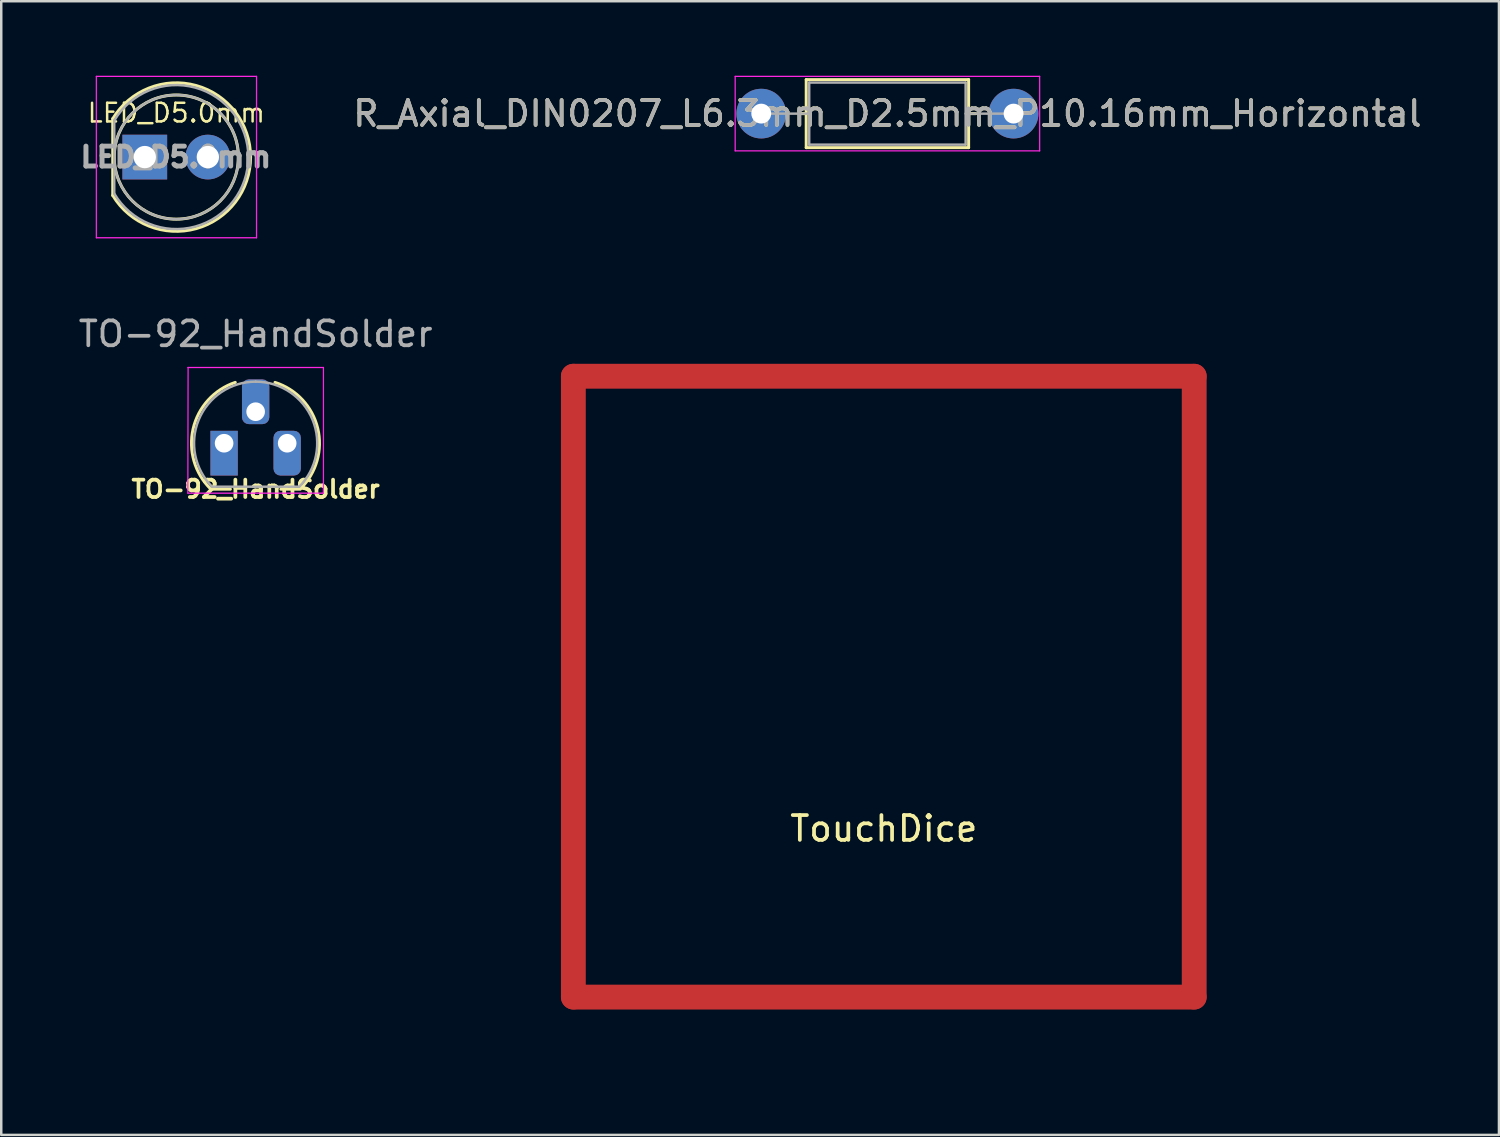
<source format=kicad_pcb>
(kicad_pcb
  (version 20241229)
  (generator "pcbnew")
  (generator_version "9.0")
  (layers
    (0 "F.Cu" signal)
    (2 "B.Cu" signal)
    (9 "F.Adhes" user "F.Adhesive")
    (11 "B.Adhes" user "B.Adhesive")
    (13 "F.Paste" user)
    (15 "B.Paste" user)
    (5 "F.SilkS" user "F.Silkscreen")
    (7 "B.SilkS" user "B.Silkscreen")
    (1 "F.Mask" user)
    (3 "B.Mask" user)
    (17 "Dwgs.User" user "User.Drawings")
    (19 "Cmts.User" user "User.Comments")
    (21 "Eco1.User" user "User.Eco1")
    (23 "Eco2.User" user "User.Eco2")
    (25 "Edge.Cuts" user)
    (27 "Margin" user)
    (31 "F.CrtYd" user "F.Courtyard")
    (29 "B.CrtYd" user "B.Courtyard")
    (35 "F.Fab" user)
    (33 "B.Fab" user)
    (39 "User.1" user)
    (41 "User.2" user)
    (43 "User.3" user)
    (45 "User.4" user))
  (footprint "TouchDice"
    (layer "F.Cu")
    (at 32.538 24.6)
    (property "Reference" "TouchDice" (at 0 5.715 0) (layer "F.SilkS") (effects (font (size 1 1) (thickness 0.15))))
    (attr through_hole)
    (fp_line (start -12.5 -12.5) (end -12.5 12.5) (stroke (width 1) (type solid)) (layer "F.Cu"))
    (fp_line (start -12.5 12.5) (end 12.5 12.5) (stroke (width 1) (type solid)) (layer "F.Cu"))
    (fp_line (start 12.5 -12.5) (end -12.5 -12.5) (stroke (width 1) (type solid)) (layer "F.Cu"))
    (fp_line (start 12.5 12.5) (end 12.5 -12.5) (stroke (width 1) (type solid)) (layer "F.Cu"))
    (fp_poly (pts (xy 15 15) (xy -15 15) (xy -15 -15) (xy 15 -15)) (stroke (width 0.1) (type solid)) (fill yes) (layer "F.Mask"))
    (pad "" smd circle (at -7.5 -7.5) (size 5 5) (layers "F.Mask"))
    (pad "" smd circle (at -7.5 0) (size 5 5) (layers "F.Mask"))
    (pad "" smd circle (at -7.5 7.5) (size 5 5) (layers "F.Mask"))
    (pad "" smd circle (at 7.5 -7.5) (size 5 5) (layers "F.Mask"))
    (pad "" smd circle (at 7.5 0) (size 5 5) (layers "F.Mask"))
    (pad "" smd circle (at 7.5 7.5) (size 5 5) (layers "F.Mask")))
  (footprint "R_Axial_DIN0207_L6.3mm_D2.5mm_P10.16mm_Horizontal"
    (layer "F.Cu")
    (at 27.604 1.525)
    (property "Reference" "R_Axial_DIN0207_L6.3mm_D2.5mm_P10.16mm_Horizontal" (at 5.08 0 0) (layer "F.SilkS") (effects (font (size 1 1) (thickness 0.15))))
    (attr through_hole)
    (fp_line (start 1.524 0) (end 1.81 0) (stroke (width 0.12) (type solid)) (layer "F.SilkS"))
    (fp_line (start 1.81 -1.37) (end 1.81 1.37) (stroke (width 0.12) (type solid)) (layer "F.SilkS"))
    (fp_line (start 1.81 1.37) (end 8.35 1.37) (stroke (width 0.12) (type solid)) (layer "F.SilkS"))
    (fp_line (start 8.35 -1.37) (end 1.81 -1.37) (stroke (width 0.12) (type solid)) (layer "F.SilkS"))
    (fp_line (start 8.35 1.37) (end 8.35 -1.37) (stroke (width 0.12) (type solid)) (layer "F.SilkS"))
    (fp_line (start 8.636 0) (end 8.35 0) (stroke (width 0.12) (type solid)) (layer "F.SilkS"))
    (fp_line (start -1.05 -1.5) (end -1.05 1.5) (stroke (width 0.05) (type solid)) (layer "F.CrtYd"))
    (fp_line (start -1.05 1.5) (end 11.21 1.5) (stroke (width 0.05) (type solid)) (layer "F.CrtYd"))
    (fp_line (start 11.21 -1.5) (end -1.05 -1.5) (stroke (width 0.05) (type solid)) (layer "F.CrtYd"))
    (fp_line (start 11.21 1.5) (end 11.21 -1.5) (stroke (width 0.05) (type solid)) (layer "F.CrtYd"))
    (fp_line (start 0 0) (end 1.93 0) (stroke (width 0.1) (type solid)) (layer "F.Fab"))
    (fp_line (start 1.93 -1.25) (end 1.93 1.25) (stroke (width 0.1) (type solid)) (layer "F.Fab"))
    (fp_line (start 1.93 1.25) (end 8.23 1.25) (stroke (width 0.1) (type solid)) (layer "F.Fab"))
    (fp_line (start 8.23 -1.25) (end 1.93 -1.25) (stroke (width 0.1) (type solid)) (layer "F.Fab"))
    (fp_line (start 8.23 1.25) (end 8.23 -1.25) (stroke (width 0.1) (type solid)) (layer "F.Fab"))
    (fp_line (start 10.16 0) (end 8.23 0) (stroke (width 0.1) (type solid)) (layer "F.Fab"))
    (fp_text user "${REFERENCE}" (at 5.08 0 0) (layer "F.Fab") (effects (font (size 1 1) (thickness 0.15))))
    (pad "1" thru_hole circle (at 0 0) (size 2 2) (drill 0.8) (layers "*.Cu" "*.Mask"))
    (pad "2" thru_hole circle (at 10.16 0) (size 2 2) (drill 0.8) (layers "*.Cu" "*.Mask")))
  (footprint "TO-92_HandSolder"
    (layer "F.Cu")
    (at 5.974 14.798)
    (property "Reference" "TO-92_HandSolder" (at 1.27 1.85 0) (layer "F.SilkS") (effects (font (size 0.7 0.7) (thickness 0.15))))
    (attr through_hole)
    (fp_line (start -0.53 1.85) (end 0.254 1.85) (stroke (width 0.12) (type solid)) (layer "F.SilkS"))
    (fp_line (start 2.286 1.85) (end 3.07 1.85) (stroke (width 0.12) (type solid)) (layer "F.SilkS"))
    (fp_arc (start -0.541875 1.841741) (mid -1.247231 -0.581764) (end 0.45 -2.45) (stroke (width 0.12) (type solid)) (layer "F.SilkS"))
    (fp_arc (start 2.05 -2.45) (mid 3.769931 -0.601036) (end 3.078445 1.827684) (stroke (width 0.12) (type solid)) (layer "F.SilkS"))
    (fp_line (start -1.46 -3.05) (end 4 -3.05) (stroke (width 0.05) (type solid)) (layer "F.CrtYd"))
    (fp_line (start -1.45 -3.05) (end -1.46 2.01) (stroke (width 0.05) (type solid)) (layer "F.CrtYd"))
    (fp_line (start 4 2.01) (end -1.46 2.01) (stroke (width 0.05) (type solid)) (layer "F.CrtYd"))
    (fp_line (start 4 2.01) (end 4 -3.05) (stroke (width 0.05) (type solid)) (layer "F.CrtYd"))
    (fp_line (start -0.5 1.75) (end 3 1.75) (stroke (width 0.1) (type solid)) (layer "F.Fab"))
    (fp_arc (start -0.483625 1.753625) (mid -1.021221 -0.949055) (end 1.27 -2.48) (stroke (width 0.1) (type solid)) (layer "F.Fab"))
    (fp_arc (start 1.27 -2.48) (mid 3.561221 -0.949055) (end 3.023625 1.753625) (stroke (width 0.1) (type solid)) (layer "F.Fab"))
    (fp_text user "${REFERENCE}" (at 1.27 -4.4 0) (layer "F.Fab") (effects (font (size 1 1) (thickness 0.15))))
    (pad "1" thru_hole rect (at 0 0) (size 1.1 1.8) (drill 0.75 (offset 0 0.4)) (layers "*.Cu" "*.Mask"))
    (pad "2" thru_hole roundrect (at 1.27 -1.27) (size 1.1 1.8) (drill 0.75 (offset 0 -0.4)) (layers "*.Cu" "*.Mask") (roundrect_rratio 0.25))
    (pad "3" thru_hole roundrect (at 2.54 0) (size 1.1 1.8) (drill 0.75 (offset 0 0.4)) (layers "*.Cu" "*.Mask") (roundrect_rratio 0.25)))
  (footprint "LED_D5.0mm"
    (layer "F.Cu")
    (at 2.78 3.275)
    (property "Reference" "LED_D5.0mm" (at 1.27 -1.778 0) (layer "F.SilkS") (effects (font (size 0.75 0.75) (thickness 0.1))))
    (attr through_hole)
    (fp_line (start -1.29 -1.545) (end -1.29 1.545) (stroke (width 0.12) (type solid)) (layer "F.SilkS"))
    (fp_arc (start -1.29 -1.54483) (mid 2.072002 -2.880433) (end 4.26 0.000462) (stroke (width 0.12) (type solid)) (layer "F.SilkS"))
    (fp_arc (start 4.26 -0.000462) (mid 2.072002 2.880433) (end -1.29 1.54483) (stroke (width 0.12) (type solid)) (layer "F.SilkS"))
    (fp_circle (center 1.27 0) (end 3.77 0) (stroke (width 0.12) (type solid)) (fill no) (layer "F.SilkS"))
    (fp_line (start -1.95 -3.25) (end -1.95 3.25) (stroke (width 0.05) (type solid)) (layer "F.CrtYd"))
    (fp_line (start -1.95 3.25) (end 4.5 3.25) (stroke (width 0.05) (type solid)) (layer "F.CrtYd"))
    (fp_line (start 4.5 -3.25) (end -1.95 -3.25) (stroke (width 0.05) (type solid)) (layer "F.CrtYd"))
    (fp_line (start 4.5 3.25) (end 4.5 -3.25) (stroke (width 0.05) (type solid)) (layer "F.CrtYd"))
    (fp_line (start -1.23 -1.47) (end -1.23 1.47) (stroke (width 0.1) (type solid)) (layer "F.Fab"))
    (fp_arc (start -1.23 -1.469694) (mid 4.17 0.000016) (end -1.230016 1.469666) (stroke (width 0.1) (type solid)) (layer "F.Fab"))
    (fp_circle (center 1.27 0) (end 3.77 0) (stroke (width 0.1) (type solid)) (fill no) (layer "F.Fab"))
    (fp_text user "${REFERENCE}" (at 1.25 0 0) (layer "F.Fab") (effects (font (size 0.8 0.8) (thickness 0.2))))
    (pad "1" thru_hole rect (at 0 0) (size 1.8 1.8) (drill 0.9) (layers "*.Cu" "*.Mask"))
    (pad "2" thru_hole circle (at 2.54 0) (size 1.8 1.8) (drill 0.9) (layers "*.Cu" "*.Mask")))
  (gr_rect
    (start -3 -3)
    (end 57.309 42.65)
    (stroke (width 0.1) (type default))
    (fill no)
    (layer "Edge.Cuts")))
</source>
